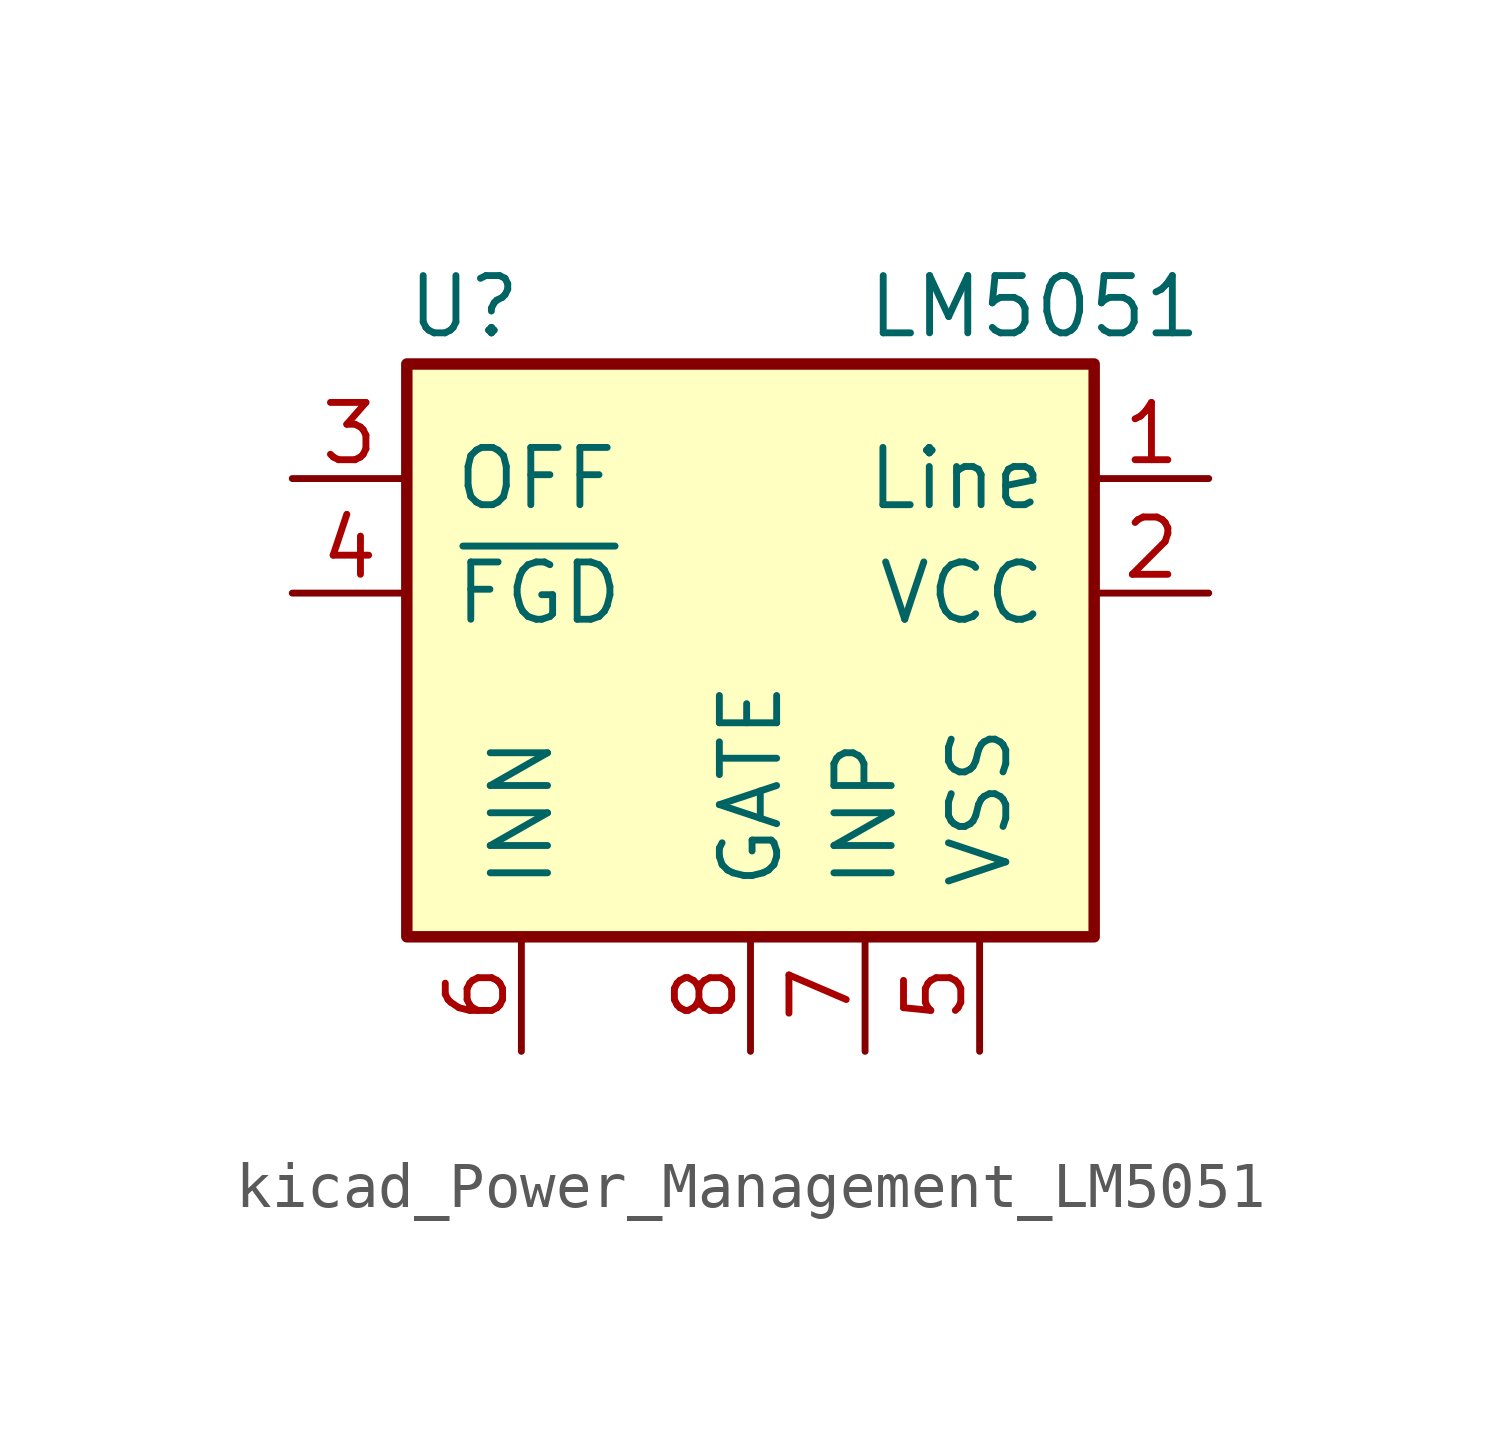
<source format=kicad_sym>
(kicad_symbol_lib
  (version 20220914)
  (generator kicad_symbol_editor)
  (symbol "kicad_Power_Management_LM5051"
    (pin_names
      (offset 1.016))
    (property "Reference" "U"
      (at -6.35 6.35 0)
      (effects (font (size 1.27 1.27))))
    (property "Value" "LM5051"
      (at 2.54 6.35 0)
      (effects (font (size 1.27 1.27)) (justify left)))
    (symbol "kicad_Power_Management_LM5051_0_1"
      (rectangle (start -7.62 5.08) (end 7.62 -7.62) (stroke (width 0.254) (type default)) (fill (type background))))
    (symbol "kicad_Power_Management_LM5051_1_1"
      (pin power_in line (at 10.16 2.54 180) (length 2.54) (name "Line" (effects (font (size 1.27 1.27)))) (number "1" (effects (font (size 1.27 1.27)))))
      (pin passive line (at 10.16 0 180) (length 2.54) (name "VCC" (effects (font (size 1.27 1.27)))) (number "2" (effects (font (size 1.27 1.27)))))
      (pin input line (at -10.16 2.54 0) (length 2.54) (name "OFF" (effects (font (size 1.27 1.27)))) (number "3" (effects (font (size 1.27 1.27)))))
      (pin open_collector line (at -10.16 0 0) (length 2.54) (name "~{FGD}" (effects (font (size 1.27 1.27)))) (number "4" (effects (font (size 1.27 1.27)))))
      (pin power_in line (at 5.08 -10.16 90) (length 2.54) (name "VSS" (effects (font (size 1.27 1.27)))) (number "5" (effects (font (size 1.27 1.27)))))
      (pin input line (at -5.08 -10.16 90) (length 2.54) (name "INN" (effects (font (size 1.27 1.27)))) (number "6" (effects (font (size 1.27 1.27)))))
      (pin power_in line (at 2.54 -10.16 90) (length 2.54) (name "INP" (effects (font (size 1.27 1.27)))) (number "7" (effects (font (size 1.27 1.27)))))
      (pin output line (at 0 -10.16 90) (length 2.54) (name "GATE" (effects (font (size 1.27 1.27)))) (number "8" (effects (font (size 1.27 1.27))))))))
</source>
